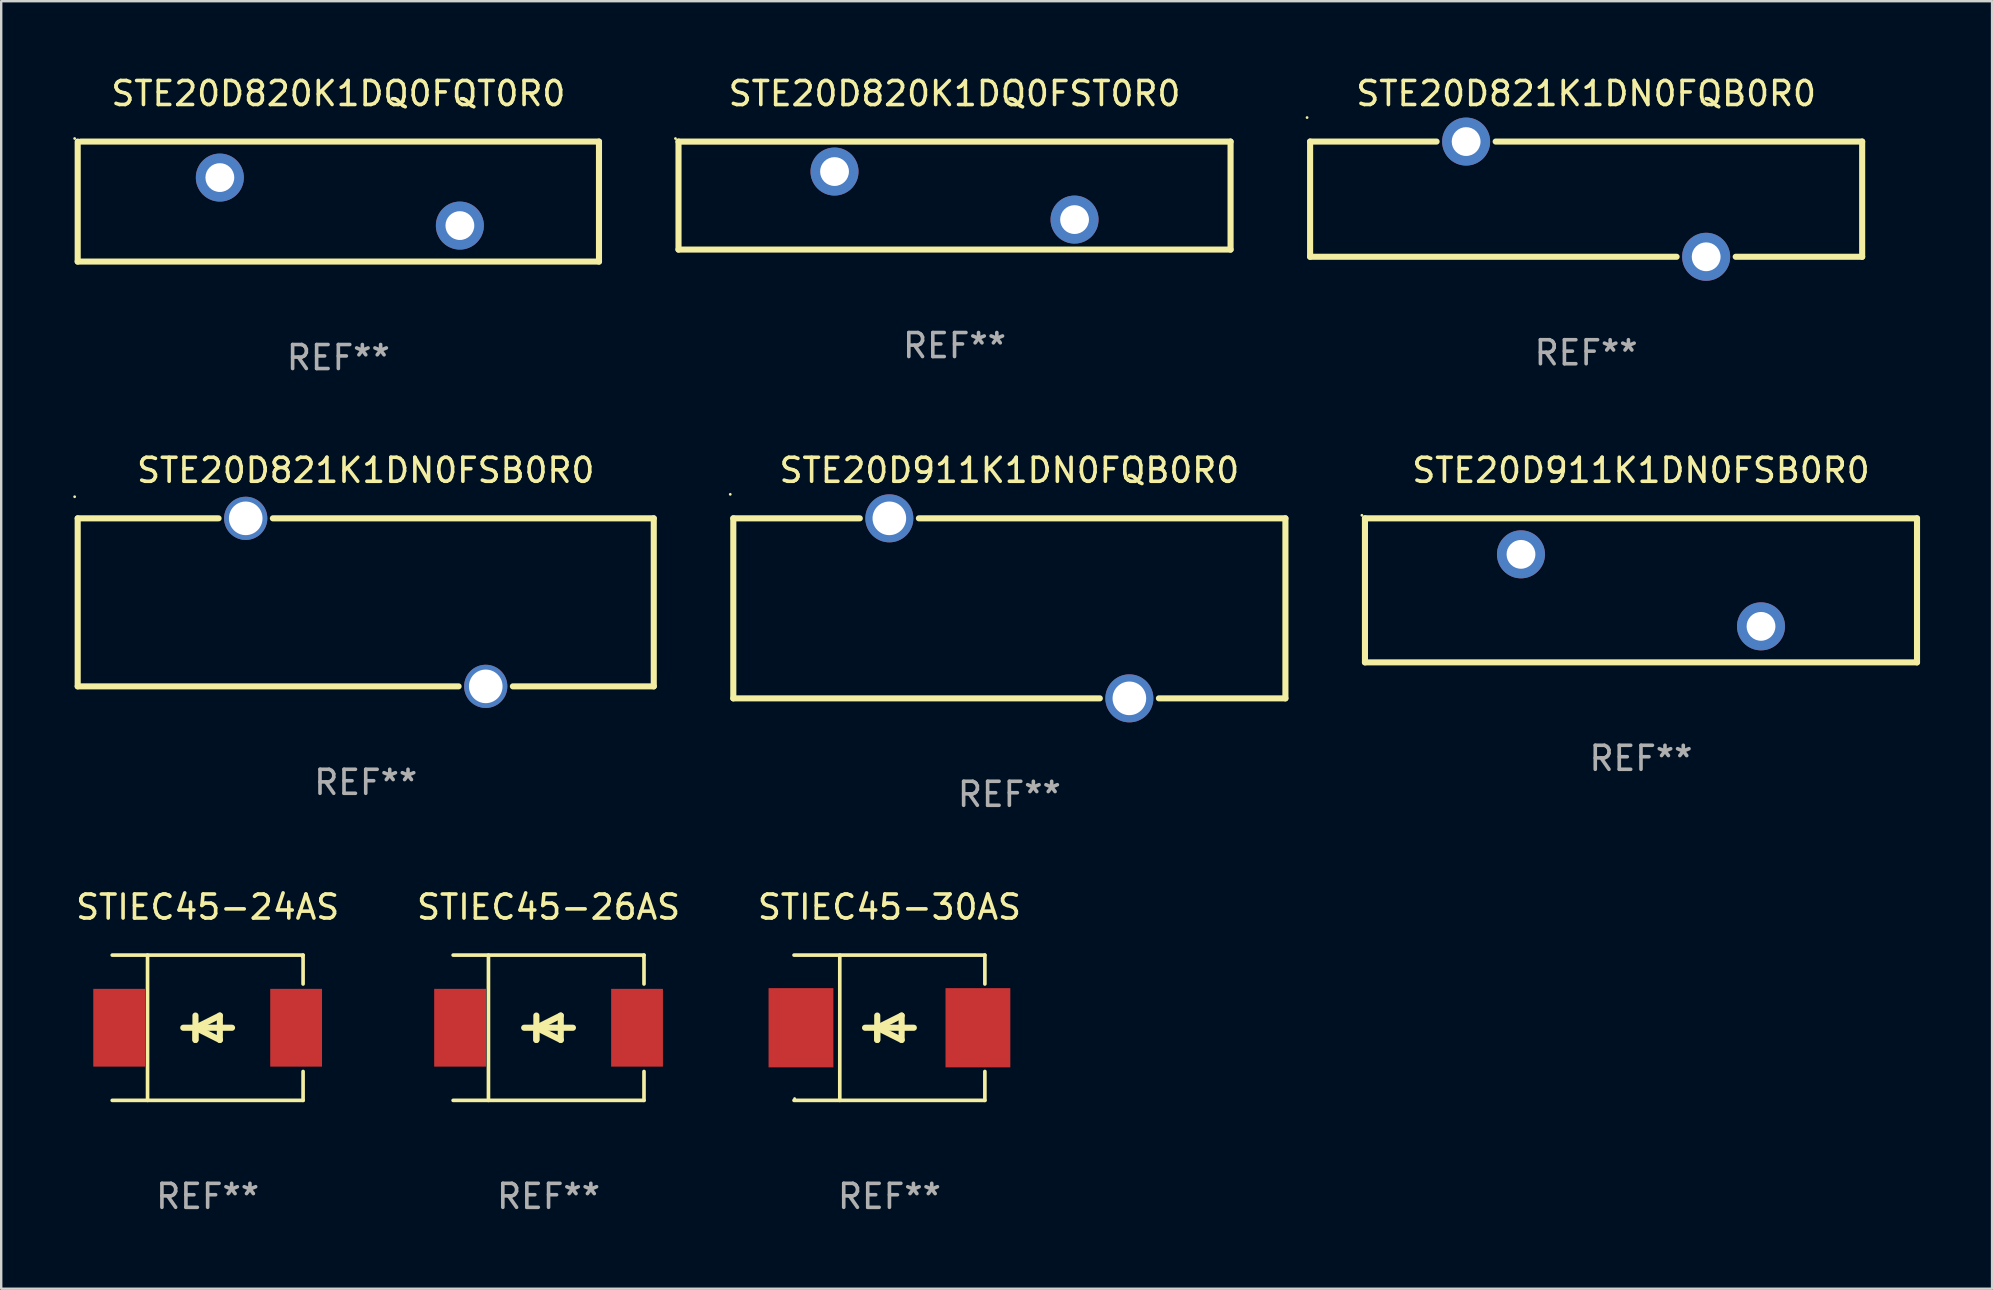
<source format=kicad_pcb>
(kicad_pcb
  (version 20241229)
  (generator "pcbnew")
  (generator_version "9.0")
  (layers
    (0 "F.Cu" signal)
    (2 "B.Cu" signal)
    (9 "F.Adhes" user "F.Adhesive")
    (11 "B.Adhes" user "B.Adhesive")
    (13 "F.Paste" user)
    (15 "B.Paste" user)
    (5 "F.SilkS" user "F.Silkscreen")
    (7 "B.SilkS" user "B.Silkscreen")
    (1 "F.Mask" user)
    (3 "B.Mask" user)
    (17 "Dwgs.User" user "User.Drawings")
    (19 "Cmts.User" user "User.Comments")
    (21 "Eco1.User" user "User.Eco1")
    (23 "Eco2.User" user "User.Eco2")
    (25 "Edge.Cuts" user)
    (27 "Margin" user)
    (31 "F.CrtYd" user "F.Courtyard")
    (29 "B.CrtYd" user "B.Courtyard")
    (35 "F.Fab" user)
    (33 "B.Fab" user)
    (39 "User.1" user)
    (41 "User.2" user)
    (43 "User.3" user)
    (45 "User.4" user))
  (footprint "STE20D911K1DN0FQB0R0"
    (layer "F.Cu")
    (at 39.002 22.295)
    (property "Reference" "STE20D911K1DN0FQB0R0" (at 0 -5.75 0) (layer "F.SilkS") (effects (font (size 1 1) (thickness 0.15))))
    (attr through_hole)
    (fp_line (start -11.501 -3.75) (end -6.231 -3.75) (stroke (width 0.254) (type solid)) (layer "F.SilkS"))
    (fp_line (start -11.501 3.75) (end -11.501 -3.75) (stroke (width 0.254) (type solid)) (layer "F.SilkS"))
    (fp_line (start -11.501 3.75) (end 3.769 3.75) (stroke (width 0.254) (type solid)) (layer "F.SilkS"))
    (fp_line (start -3.769 -3.75) (end 11.501 -3.75) (stroke (width 0.254) (type solid)) (layer "F.SilkS"))
    (fp_line (start 6.231 3.75) (end 11.501 3.75) (stroke (width 0.254) (type solid)) (layer "F.SilkS"))
    (fp_line (start 11.501 -3.75) (end 11.501 3.75) (stroke (width 0.254) (type solid)) (layer "F.SilkS"))
    (fp_circle (center -11.628 -4.75) (end -11.598 -4.75) (stroke (width 0.06) (type solid)) (fill no) (layer "F.SilkS"))
    (fp_text user "REF**" (at 0 7.75 0) (layer "F.Fab") (effects (font (size 1 1) (thickness 0.15))))
    (pad "1" thru_hole circle (at -5 -3.75) (size 2 2) (drill 1.4) (layers "*.Cu" "*.Mask"))
    (pad "2" thru_hole circle (at 5 3.75) (size 2 2) (drill 1.4) (layers "*.Cu" "*.Mask")))
  (footprint "STE20D911K1DN0FSB0R0"
    (layer "F.Cu")
    (at 65.317 21.545)
    (property "Reference" "STE20D911K1DN0FSB0R0" (at 0 -5 0) (layer "F.SilkS") (effects (font (size 1 1) (thickness 0.15))))
    (attr through_hole)
    (fp_line (start -11.5 -3) (end 11.5 -3) (stroke (width 0.254) (type solid)) (layer "F.SilkS"))
    (fp_line (start -11.5 3) (end -11.5 -3) (stroke (width 0.254) (type solid)) (layer "F.SilkS"))
    (fp_line (start 11.5 -3) (end 11.5 3) (stroke (width 0.254) (type solid)) (layer "F.SilkS"))
    (fp_line (start 11.5 3) (end -11.5 3) (stroke (width 0.254) (type solid)) (layer "F.SilkS"))
    (fp_circle (center -11.627 -3.127) (end -11.597 -3.127) (stroke (width 0.06) (type solid)) (fill no) (layer "F.SilkS"))
    (fp_text user "REF**" (at 0 7 0) (layer "F.Fab") (effects (font (size 1 1) (thickness 0.15))))
    (pad "1" thru_hole circle (at -5 -1.5) (size 2 2) (drill 1.2) (layers "*.Cu" "*.Mask"))
    (pad "2" thru_hole circle (at 5 1.5) (size 2 2) (drill 1.2) (layers "*.Cu" "*.Mask")))
  (footprint "STIEC45-26AS"
    (layer "F.Cu")
    (at 19.804 39.768)
    (property "Reference" "STIEC45-26AS" (at 0 -5.026 0) (layer "F.SilkS") (effects (font (size 1 1) (thickness 0.15))))
    (attr through_hole)
    (fp_line (start -3.976 -3.026) (end 3.976 -3.026) (stroke (width 0.152) (type solid)) (layer "F.SilkS"))
    (fp_line (start -3.976 3.026) (end 3.976 3.026) (stroke (width 0.152) (type solid)) (layer "F.SilkS"))
    (fp_line (start -2.504 -3.026) (end -2.504 3.026) (stroke (width 0.152) (type solid)) (layer "F.SilkS"))
    (fp_line (start -0.508 0) (end -0.508 0.508) (stroke (width 0.254) (type solid)) (layer "F.SilkS"))
    (fp_line (start -0.508 0) (end 0.508 0.508) (stroke (width 0.254) (type solid)) (layer "F.SilkS"))
    (fp_line (start -0.508 0.508) (end -0.508 -0.508) (stroke (width 0.254) (type solid)) (layer "F.SilkS"))
    (fp_line (start 0.508 -0.508) (end -0.508 0) (stroke (width 0.254) (type solid)) (layer "F.SilkS"))
    (fp_line (start 0.508 0.508) (end 0.508 -0.508) (stroke (width 0.254) (type solid)) (layer "F.SilkS"))
    (fp_line (start 1.016 0) (end -1.016 0) (stroke (width 0.254) (type solid)) (layer "F.SilkS"))
    (fp_line (start 3.976 -3.026) (end 3.976 -1.823) (stroke (width 0.152) (type solid)) (layer "F.SilkS"))
    (fp_line (start 3.976 3.026) (end 3.976 1.823) (stroke (width 0.152) (type solid)) (layer "F.SilkS"))
    (fp_circle (center 3.95 -2.95) (end 3.98 -2.95) (stroke (width 0.06) (type solid)) (fill no) (layer "F.SilkS"))
    (fp_text user "REF**" (at 0 7.026 0) (layer "F.Fab") (effects (font (size 1 1) (thickness 0.15))))
    (pad "1" smd rect (at 3.686 0 180) (size 2.158 3.24) (layers "F.Cu" "F.Mask" "F.Paste"))
    (pad "2" smd rect (at -3.686 0 180) (size 2.158 3.24) (layers "F.Cu" "F.Mask" "F.Paste")))
  (footprint "STE20D821K1DN0FSB0R0"
    (layer "F.Cu")
    (at 12.187 22.045)
    (property "Reference" "STE20D821K1DN0FSB0R0" (at 0 -5.5 0) (layer "F.SilkS") (effects (font (size 1 1) (thickness 0.15))))
    (attr through_hole)
    (fp_line (start -12 -3.5) (end -6.131 -3.5) (stroke (width 0.254) (type solid)) (layer "F.SilkS"))
    (fp_line (start -12 3.5) (end -12 -3.5) (stroke (width 0.254) (type solid)) (layer "F.SilkS"))
    (fp_line (start -3.869 -3.5) (end 12 -3.5) (stroke (width 0.254) (type solid)) (layer "F.SilkS"))
    (fp_line (start 3.869 3.5) (end -12 3.5) (stroke (width 0.254) (type solid)) (layer "F.SilkS"))
    (fp_line (start 12 -3.5) (end 12 3.5) (stroke (width 0.254) (type solid)) (layer "F.SilkS"))
    (fp_line (start 12 3.5) (end 6.131 3.5) (stroke (width 0.254) (type solid)) (layer "F.SilkS"))
    (fp_circle (center -12.127 -4.4) (end -12.097 -4.4) (stroke (width 0.06) (type solid)) (fill no) (layer "F.SilkS"))
    (fp_text user "REF**" (at 0 7.5 0) (layer "F.Fab") (effects (font (size 1 1) (thickness 0.15))))
    (pad "1" thru_hole circle (at -5 -3.5) (size 1.8 1.8) (drill 1.4) (layers "*.Cu" "*.Mask"))
    (pad "2" thru_hole circle (at 5 3.5) (size 1.8 1.8) (drill 1.4) (layers "*.Cu" "*.Mask")))
  (footprint "STIEC45-30AS"
    (layer "F.Cu")
    (at 34.006 39.768)
    (property "Reference" "STIEC45-30AS" (at 0 -5.026 0) (layer "F.SilkS") (effects (font (size 1 1) (thickness 0.15))))
    (attr through_hole)
    (fp_line (start -3.976 -3.026) (end 3.976 -3.026) (stroke (width 0.152) (type solid)) (layer "F.SilkS"))
    (fp_line (start -3.976 3.026) (end 3.976 3.026) (stroke (width 0.152) (type solid)) (layer "F.SilkS"))
    (fp_line (start -2.069 -3.026) (end -2.069 3.026) (stroke (width 0.152) (type solid)) (layer "F.SilkS"))
    (fp_line (start -0.508 0) (end -0.508 0.508) (stroke (width 0.254) (type solid)) (layer "F.SilkS"))
    (fp_line (start -0.508 0) (end 0.508 0.508) (stroke (width 0.254) (type solid)) (layer "F.SilkS"))
    (fp_line (start -0.508 0.508) (end -0.508 -0.508) (stroke (width 0.254) (type solid)) (layer "F.SilkS"))
    (fp_line (start 0.508 -0.508) (end -0.508 0) (stroke (width 0.254) (type solid)) (layer "F.SilkS"))
    (fp_line (start 0.508 0.508) (end 0.508 -0.508) (stroke (width 0.254) (type solid)) (layer "F.SilkS"))
    (fp_line (start 1.016 0) (end -1.016 0) (stroke (width 0.254) (type solid)) (layer "F.SilkS"))
    (fp_line (start 3.976 -3.026) (end 3.976 -1.823) (stroke (width 0.152) (type solid)) (layer "F.SilkS"))
    (fp_line (start 3.976 3.026) (end 3.976 1.823) (stroke (width 0.152) (type solid)) (layer "F.SilkS"))
    (fp_circle (center -3.95 2.95) (end -3.92 2.95) (stroke (width 0.06) (type solid)) (fill no) (layer "F.SilkS"))
    (fp_text user "REF**" (at 0 7.026 0) (layer "F.Fab") (effects (font (size 1 1) (thickness 0.15))))
    (pad "1" smd rect (at -3.686 0) (size 2.7 3.3) (layers "F.Cu" "F.Mask" "F.Paste"))
    (pad "2" smd rect (at 3.686 0) (size 2.7 3.3) (layers "F.Cu" "F.Mask" "F.Paste")))
  (footprint "STE20D821K1DN0FQB0R0"
    (layer "F.Cu")
    (at 63.032 5.248)
    (property "Reference" "STE20D821K1DN0FQB0R0" (at 0 -4.4 0) (layer "F.SilkS") (effects (font (size 1 1) (thickness 0.15))))
    (attr through_hole)
    (fp_line (start -11.5 -2.4) (end -11.5 2.4) (stroke (width 0.254) (type solid)) (layer "F.SilkS"))
    (fp_line (start -11.5 -2.4) (end -6.231 -2.4) (stroke (width 0.254) (type solid)) (layer "F.SilkS"))
    (fp_line (start -11.5 2.4) (end 3.769 2.4) (stroke (width 0.254) (type solid)) (layer "F.SilkS"))
    (fp_line (start -3.769 -2.4) (end 11.5 -2.4) (stroke (width 0.254) (type solid)) (layer "F.SilkS"))
    (fp_line (start 6.231 2.4) (end 11.5 2.4) (stroke (width 0.254) (type solid)) (layer "F.SilkS"))
    (fp_line (start 11.5 -2.4) (end 11.5 2.4) (stroke (width 0.254) (type solid)) (layer "F.SilkS"))
    (fp_circle (center -11.627 -3.4) (end -11.597 -3.4) (stroke (width 0.06) (type solid)) (fill no) (layer "F.SilkS"))
    (fp_text user "REF**" (at 0 6.4 0) (layer "F.Fab") (effects (font (size 1 1) (thickness 0.15))))
    (pad "1" thru_hole circle (at -5 -2.4) (size 2 2) (drill 1.2) (layers "*.Cu" "*.Mask"))
    (pad "2" thru_hole circle (at 5 2.4) (size 2 2) (drill 1.2) (layers "*.Cu" "*.Mask")))
  (footprint "STIEC45-24AS"
    (layer "F.Cu")
    (at 5.601 39.768)
    (property "Reference" "STIEC45-24AS" (at 0 -5.026 0) (layer "F.SilkS") (effects (font (size 1 1) (thickness 0.15))))
    (attr through_hole)
    (fp_line (start -3.976 -3.026) (end 3.976 -3.026) (stroke (width 0.152) (type solid)) (layer "F.SilkS"))
    (fp_line (start -3.976 3.026) (end 3.976 3.026) (stroke (width 0.152) (type solid)) (layer "F.SilkS"))
    (fp_line (start -2.504 -3.026) (end -2.504 3.026) (stroke (width 0.152) (type solid)) (layer "F.SilkS"))
    (fp_line (start -0.508 0) (end -0.508 0.508) (stroke (width 0.254) (type solid)) (layer "F.SilkS"))
    (fp_line (start -0.508 0) (end 0.508 0.508) (stroke (width 0.254) (type solid)) (layer "F.SilkS"))
    (fp_line (start -0.508 0.508) (end -0.508 -0.508) (stroke (width 0.254) (type solid)) (layer "F.SilkS"))
    (fp_line (start 0.508 -0.508) (end -0.508 0) (stroke (width 0.254) (type solid)) (layer "F.SilkS"))
    (fp_line (start 0.508 0.508) (end 0.508 -0.508) (stroke (width 0.254) (type solid)) (layer "F.SilkS"))
    (fp_line (start 1.016 0) (end -1.016 0) (stroke (width 0.254) (type solid)) (layer "F.SilkS"))
    (fp_line (start 3.976 -3.026) (end 3.976 -1.823) (stroke (width 0.152) (type solid)) (layer "F.SilkS"))
    (fp_line (start 3.976 3.026) (end 3.976 1.823) (stroke (width 0.152) (type solid)) (layer "F.SilkS"))
    (fp_circle (center 3.95 -2.95) (end 3.98 -2.95) (stroke (width 0.06) (type solid)) (fill no) (layer "F.SilkS"))
    (fp_text user "REF**" (at 0 7.026 0) (layer "F.Fab") (effects (font (size 1 1) (thickness 0.15))))
    (pad "1" smd rect (at 3.686 0 180) (size 2.158 3.24) (layers "F.Cu" "F.Mask" "F.Paste"))
    (pad "2" smd rect (at -3.686 0 180) (size 2.158 3.24) (layers "F.Cu" "F.Mask" "F.Paste")))
  (footprint "STE20D820K1DQ0FST0R0"
    (layer "F.Cu")
    (at 36.718 5.099)
    (property "Reference" "STE20D820K1DQ0FST0R0" (at 0 -4.25 0) (layer "F.SilkS") (effects (font (size 1 1) (thickness 0.15))))
    (attr through_hole)
    (fp_line (start -11.5 -2.25) (end 11.5 -2.25) (stroke (width 0.254) (type solid)) (layer "F.SilkS"))
    (fp_line (start -11.5 2.25) (end -11.5 -2.25) (stroke (width 0.254) (type solid)) (layer "F.SilkS"))
    (fp_line (start 11.5 -2.25) (end 11.5 2.25) (stroke (width 0.254) (type solid)) (layer "F.SilkS"))
    (fp_line (start 11.5 2.249) (end -11.5 2.249) (stroke (width 0.254) (type solid)) (layer "F.SilkS"))
    (fp_circle (center -11.627 -2.377) (end -11.597 -2.377) (stroke (width 0.06) (type solid)) (fill no) (layer "F.SilkS"))
    (fp_text user "REF**" (at 0 6.25 0) (layer "F.Fab") (effects (font (size 1 1) (thickness 0.15))))
    (pad "1" thru_hole circle (at -5 -1.002) (size 2 2) (drill 1.2) (layers "*.Cu" "*.Mask"))
    (pad "2" thru_hole circle (at 5 0.999) (size 2 2) (drill 1.2) (layers "*.Cu" "*.Mask")))
  (footprint "STE20D820K1DQ0FQT0R0"
    (layer "F.Cu")
    (at 11.046 5.348)
    (property "Reference" "STE20D820K1DQ0FQT0R0" (at 0 -4.5 0) (layer "F.SilkS") (effects (font (size 1 1) (thickness 0.15))))
    (attr through_hole)
    (fp_line (start -10.859 2.5) (end -10.859 -2.5) (stroke (width 0.254) (type solid)) (layer "F.SilkS"))
    (fp_line (start -10.732 -2.5) (end 10.859 -2.5) (stroke (width 0.254) (type solid)) (layer "F.SilkS"))
    (fp_line (start 10.859 -2.5) (end 10.859 2.5) (stroke (width 0.254) (type solid)) (layer "F.SilkS"))
    (fp_line (start 10.859 2.5) (end -10.859 2.5) (stroke (width 0.254) (type solid)) (layer "F.SilkS"))
    (fp_circle (center -10.986 -2.627) (end -10.956 -2.627) (stroke (width 0.06) (type solid)) (fill no) (layer "F.SilkS"))
    (fp_text user "REF**" (at 0 6.5 0) (layer "F.Fab") (effects (font (size 1 1) (thickness 0.15))))
    (pad "1" thru_hole circle (at -4.937 -1) (size 2 2) (drill 1.2) (layers "*.Cu" "*.Mask"))
    (pad "2" thru_hole circle (at 5.063 1) (size 2 2) (drill 1.2) (layers "*.Cu" "*.Mask")))
  (gr_rect
    (start -3 -3)
    (end 79.944 50.642)
    (stroke (width 0.1) (type default))
    (fill no)
    (layer "Edge.Cuts")))
</source>
